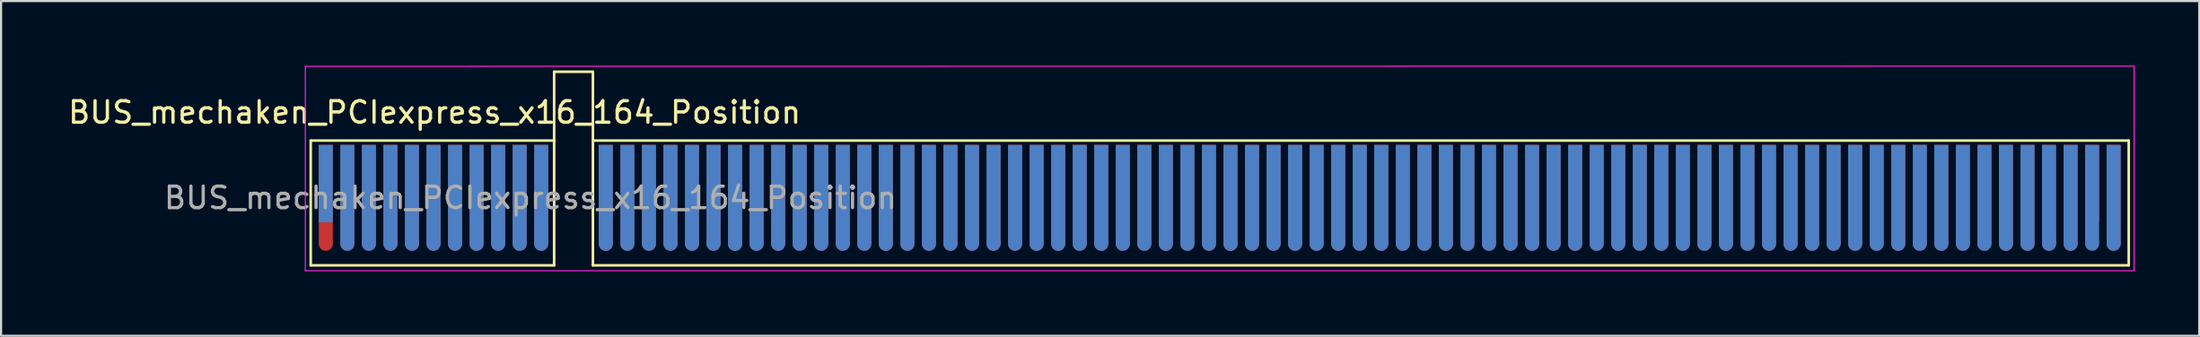
<source format=kicad_pcb>
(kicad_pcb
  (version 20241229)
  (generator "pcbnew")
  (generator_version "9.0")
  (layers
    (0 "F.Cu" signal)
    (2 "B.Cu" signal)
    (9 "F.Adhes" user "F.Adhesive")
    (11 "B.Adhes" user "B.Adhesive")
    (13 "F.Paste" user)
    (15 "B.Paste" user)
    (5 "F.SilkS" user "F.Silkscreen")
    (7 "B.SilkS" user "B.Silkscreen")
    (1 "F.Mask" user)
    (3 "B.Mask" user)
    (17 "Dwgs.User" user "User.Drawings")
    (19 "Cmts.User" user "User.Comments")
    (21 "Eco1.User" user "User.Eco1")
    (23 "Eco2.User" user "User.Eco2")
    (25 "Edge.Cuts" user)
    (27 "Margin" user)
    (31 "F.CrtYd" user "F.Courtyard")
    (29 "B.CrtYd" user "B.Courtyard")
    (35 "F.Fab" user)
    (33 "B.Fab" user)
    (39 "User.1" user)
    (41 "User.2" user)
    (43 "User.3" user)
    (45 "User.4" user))
  (footprint "BUS_mechaken_PCIexpress_x16_164_Position"
    (layer "F.Cu")
    (at 12.075 5.486)
    (property "Reference" "BUS_mechaken_PCIexpress_x16_164_Position" (at 5.05 -3.31 0) (layer "F.SilkS") (effects (font (size 1 1) (thickness 0.15))))
    (attr exclude_from_pos_files exclude_from_bom)
    (fp_line (start -0.7 -2) (end 10.6 -2) (stroke (width 0.12) (type solid)) (layer "F.SilkS"))
    (fp_line (start -0.7 3.8) (end -0.7 -2) (stroke (width 0.12) (type solid)) (layer "F.SilkS"))
    (fp_line (start 10.6 -5.2) (end 12.4 -5.2) (stroke (width 0.12) (type solid)) (layer "F.SilkS"))
    (fp_line (start 10.6 -2) (end 10.6 -5.2) (stroke (width 0.12) (type solid)) (layer "F.SilkS"))
    (fp_line (start 10.6 -2) (end 10.6 3.8) (stroke (width 0.12) (type solid)) (layer "F.SilkS"))
    (fp_line (start 10.6 3.8) (end -0.7 3.8) (stroke (width 0.12) (type solid)) (layer "F.SilkS"))
    (fp_line (start 12.4 -5.2) (end 12.4 -2) (stroke (width 0.12) (type solid)) (layer "F.SilkS"))
    (fp_line (start 12.4 -2) (end 12.4 3.8) (stroke (width 0.12) (type solid)) (layer "F.SilkS"))
    (fp_line (start 12.4 3.8) (end 83.7 3.8) (stroke (width 0.12) (type solid)) (layer "F.SilkS"))
    (fp_line (start 83.7 -2) (end 12.4 -2) (stroke (width 0.12) (type solid)) (layer "F.SilkS"))
    (fp_line (start 83.7 -2) (end 83.7 3.8) (stroke (width 0.12) (type solid)) (layer "F.SilkS"))
    (fp_line (start -0.95 -5.45) (end -0.95 4.05) (stroke (width 0.05) (type solid)) (layer "F.CrtYd"))
    (fp_line (start -0.95 -5.45) (end 83.947 -5.461) (stroke (width 0.05) (type solid)) (layer "F.CrtYd"))
    (fp_line (start 83.95 -5.461) (end 83.95 4.05) (stroke (width 0.05) (type solid)) (layer "F.CrtYd"))
    (fp_line (start 83.95 4.05) (end -0.95 4.05) (stroke (width 0.05) (type solid)) (layer "F.CrtYd"))
    (fp_text user "${REFERENCE}" (at 9.5 0.662 0) (layer "F.Fab") (effects (font (size 1 1) (thickness 0.15))))
    (pad "A1" connect rect (at 0 0) (size 0.65 3.6) (layers "B.Cu" "B.Mask"))
    (pad "A1" connect rect (at 1 0.5) (size 0.65 4.6) (layers "B.Cu" "B.Mask"))
    (pad "A1" connect oval (at 1 2.8 90) (size 0.65 0.65) (layers "B.Cu" "B.Mask"))
    (pad "A2" connect rect (at 2 0.5) (size 0.65 4.6) (layers "B.Cu" "B.Mask"))
    (pad "A2" connect oval (at 2 2.8 90) (size 0.65 0.65) (layers "B.Cu" "B.Mask"))
    (pad "A2" connect rect (at 3 0.5) (size 0.65 4.6) (layers "B.Cu" "B.Mask"))
    (pad "A2" connect oval (at 3 2.8 90) (size 0.65 0.65) (layers "B.Cu" "B.Mask"))
    (pad "A3" connect rect (at 4 0.5) (size 0.65 4.6) (layers "B.Cu" "B.Mask"))
    (pad "A3" connect oval (at 4 2.8 90) (size 0.65 0.65) (layers "B.Cu" "B.Mask"))
    (pad "A4" connect rect (at 5 0.5) (size 0.65 4.6) (layers "B.Cu" "B.Mask"))
    (pad "A4" connect oval (at 5 2.8 90) (size 0.65 0.65) (layers "B.Cu" "B.Mask"))
    (pad "A5" connect rect (at 6 0.5) (size 0.65 4.6) (layers "B.Cu" "B.Mask"))
    (pad "A5" connect oval (at 6 2.8 90) (size 0.65 0.65) (layers "B.Cu" "B.Mask"))
    (pad "A5" connect rect (at 7 0.5) (size 0.65 4.6) (layers "B.Cu" "B.Mask"))
    (pad "A5" connect oval (at 7 2.8 90) (size 0.65 0.65) (layers "B.Cu" "B.Mask"))
    (pad "A6" connect rect (at 8 0.5) (size 0.65 4.6) (layers "B.Cu" "B.Mask"))
    (pad "A6" connect oval (at 8 2.8 90) (size 0.65 0.65) (layers "B.Cu" "B.Mask"))
    (pad "A6" connect rect (at 9 0.5) (size 0.65 4.6) (layers "B.Cu" "B.Mask"))
    (pad "A6" connect oval (at 9 2.8 90) (size 0.65 0.65) (layers "B.Cu" "B.Mask"))
    (pad "A6" connect rect (at 10 0.5) (size 0.65 4.6) (layers "B.Cu" "B.Mask"))
    (pad "A6" connect oval (at 10 2.8 90) (size 0.65 0.65) (layers "B.Cu" "B.Mask"))
    (pad "A7" connect rect (at 13 0.5) (size 0.65 4.6) (layers "B.Cu" "B.Mask"))
    (pad "A7" connect oval (at 13 2.8 90) (size 0.65 0.65) (layers "B.Cu" "B.Mask"))
    (pad "A7" connect rect (at 14 0.5) (size 0.65 4.6) (layers "B.Cu" "B.Mask"))
    (pad "A7" connect oval (at 14 2.8 90) (size 0.65 0.65) (layers "B.Cu" "B.Mask"))
    (pad "A8" connect rect (at 15 0.5) (size 0.65 4.6) (layers "B.Cu" "B.Mask"))
    (pad "A8" connect oval (at 15 2.8 90) (size 0.65 0.65) (layers "B.Cu" "B.Mask"))
    (pad "A8" connect rect (at 16 0.5) (size 0.65 4.6) (layers "B.Cu" "B.Mask"))
    (pad "A8" connect oval (at 16 2.8 90) (size 0.65 0.65) (layers "B.Cu" "B.Mask"))
    (pad "A8" connect rect (at 17 0.5) (size 0.65 4.6) (layers "B.Cu" "B.Mask"))
    (pad "A8" connect oval (at 17 2.8 90) (size 0.65 0.65) (layers "B.Cu" "B.Mask"))
    (pad "A8" connect rect (at 18 0.5) (size 0.65 4.6) (layers "B.Cu" "B.Mask"))
    (pad "A8" connect oval (at 18 2.8 90) (size 0.65 0.65) (layers "B.Cu" "B.Mask"))
    (pad "A8" connect rect (at 19 0.5) (size 0.65 4.6) (layers "B.Cu" "B.Mask"))
    (pad "A8" connect oval (at 19 2.8 90) (size 0.65 0.65) (layers "B.Cu" "B.Mask"))
    (pad "A8" connect oval (at 19 2.8 90) (size 0.65 0.65) (layers "B.Cu" "B.Mask"))
    (pad "A8" connect rect (at 20 0.5) (size 0.65 4.6) (layers "B.Cu" "B.Mask"))
    (pad "A8" connect oval (at 20 2.8 90) (size 0.65 0.65) (layers "B.Cu" "B.Mask"))
    (pad "A8" connect rect (at 21 0.5) (size 0.65 4.6) (layers "B.Cu" "B.Mask"))
    (pad "A8" connect oval (at 21 2.8 90) (size 0.65 0.65) (layers "B.Cu" "B.Mask"))
    (pad "A8" connect rect (at 22 0.5) (size 0.65 4.6) (layers "B.Cu" "B.Mask"))
    (pad "A8" connect oval (at 22 2.8 90) (size 0.65 0.65) (layers "B.Cu" "B.Mask"))
    (pad "A8" connect rect (at 23 0.5) (size 0.65 4.6) (layers "B.Cu" "B.Mask"))
    (pad "A8" connect oval (at 23 2.8 90) (size 0.65 0.65) (layers "B.Cu" "B.Mask"))
    (pad "A9" connect rect (at 24 0.5) (size 0.65 4.6) (layers "B.Cu" "B.Mask"))
    (pad "A9" connect oval (at 24 2.8 90) (size 0.65 0.65) (layers "B.Cu" "B.Mask"))
    (pad "A9" connect rect (at 25 0.5) (size 0.65 4.6) (layers "B.Cu" "B.Mask"))
    (pad "A9" connect oval (at 25 2.8 90) (size 0.65 0.65) (layers "B.Cu" "B.Mask"))
    (pad "A9" connect rect (at 26 0.5) (size 0.65 4.6) (layers "B.Cu" "B.Mask"))
    (pad "A9" connect oval (at 26 2.8 90) (size 0.65 0.65) (layers "B.Cu" "B.Mask"))
    (pad "A9" connect rect (at 27 0.5) (size 0.65 4.6) (layers "B.Cu" "B.Mask"))
    (pad "A9" connect oval (at 27 2.8 90) (size 0.65 0.65) (layers "B.Cu" "B.Mask"))
    (pad "A9" connect rect (at 28 0.5) (size 0.65 4.6) (layers "B.Cu" "B.Mask"))
    (pad "A9" connect oval (at 28 2.8 90) (size 0.65 0.65) (layers "B.Cu" "B.Mask"))
    (pad "A9" connect rect (at 29 0.5) (size 0.65 4.6) (layers "B.Cu" "B.Mask"))
    (pad "A9" connect oval (at 29 2.8 90) (size 0.65 0.65) (layers "B.Cu" "B.Mask"))
    (pad "A9" connect rect (at 30 0.5) (size 0.65 4.6) (layers "B.Cu" "B.Mask"))
    (pad "A9" connect oval (at 30 2.8 90) (size 0.65 0.65) (layers "B.Cu" "B.Mask"))
    (pad "A9" connect rect (at 31 0.5) (size 0.65 4.6) (layers "B.Cu" "B.Mask"))
    (pad "A9" connect oval (at 31 2.8 90) (size 0.65 0.65) (layers "B.Cu" "B.Mask"))
    (pad "A9" connect rect (at 32 0.5) (size 0.65 4.6) (layers "B.Cu" "B.Mask"))
    (pad "A9" connect oval (at 32 2.8 90) (size 0.65 0.65) (layers "B.Cu" "B.Mask"))
    (pad "A9" connect rect (at 33 0.5) (size 0.65 4.6) (layers "B.Cu" "B.Mask"))
    (pad "A9" connect oval (at 33 2.8 90) (size 0.65 0.65) (layers "B.Cu" "B.Mask"))
    (pad "A9" connect rect (at 34 0.5) (size 0.65 4.6) (layers "B.Cu" "B.Mask"))
    (pad "A9" connect oval (at 34 2.8 90) (size 0.65 0.65) (layers "B.Cu" "B.Mask"))
    (pad "A9" connect rect (at 35 0.5) (size 0.65 4.6) (layers "B.Cu" "B.Mask"))
    (pad "A9" connect oval (at 35 2.8 90) (size 0.65 0.65) (layers "B.Cu" "B.Mask"))
    (pad "A9" connect rect (at 36 0.5) (size 0.65 4.6) (layers "B.Cu" "B.Mask"))
    (pad "A9" connect oval (at 36 2.8 90) (size 0.65 0.65) (layers "B.Cu" "B.Mask"))
    (pad "A9" connect rect (at 37 0.5) (size 0.65 4.6) (layers "B.Cu" "B.Mask"))
    (pad "A9" connect oval (at 37 2.8 90) (size 0.65 0.65) (layers "B.Cu" "B.Mask"))
    (pad "A9" connect rect (at 38 0.5) (size 0.65 4.6) (layers "B.Cu" "B.Mask"))
    (pad "A9" connect oval (at 38 2.8 90) (size 0.65 0.65) (layers "B.Cu" "B.Mask"))
    (pad "A9" connect rect (at 39 0.5) (size 0.65 4.6) (layers "B.Cu" "B.Mask"))
    (pad "A9" connect oval (at 39 2.8 90) (size 0.65 0.65) (layers "B.Cu" "B.Mask"))
    (pad "A9" connect rect (at 40 0.5) (size 0.65 4.6) (layers "B.Cu" "B.Mask"))
    (pad "A9" connect oval (at 40 2.8 90) (size 0.65 0.65) (layers "B.Cu" "B.Mask"))
    (pad "A9" connect rect (at 41 0.5) (size 0.65 4.6) (layers "B.Cu" "B.Mask"))
    (pad "A9" connect oval (at 41 2.8 90) (size 0.65 0.65) (layers "B.Cu" "B.Mask"))
    (pad "A9" connect rect (at 42 0.5) (size 0.65 4.6) (layers "B.Cu" "B.Mask"))
    (pad "A9" connect oval (at 42 2.8 90) (size 0.65 0.65) (layers "B.Cu" "B.Mask"))
    (pad "A9" connect rect (at 43 0.5) (size 0.65 4.6) (layers "B.Cu" "B.Mask"))
    (pad "A9" connect oval (at 43 2.8 90) (size 0.65 0.65) (layers "B.Cu" "B.Mask"))
    (pad "A9" connect rect (at 44 0.5) (size 0.65 4.6) (layers "B.Cu" "B.Mask"))
    (pad "A9" connect oval (at 44 2.8 90) (size 0.65 0.65) (layers "B.Cu" "B.Mask"))
    (pad "A9" connect rect (at 45 0.5) (size 0.65 4.6) (layers "B.Cu" "B.Mask"))
    (pad "A9" connect oval (at 45 2.8 90) (size 0.65 0.65) (layers "B.Cu" "B.Mask"))
    (pad "A9" connect rect (at 46 0.5) (size 0.65 4.6) (layers "B.Cu" "B.Mask"))
    (pad "A9" connect oval (at 46 2.8 90) (size 0.65 0.65) (layers "B.Cu" "B.Mask"))
    (pad "A9" connect rect (at 47 0.5) (size 0.65 4.6) (layers "B.Cu" "B.Mask"))
    (pad "A9" connect oval (at 47 2.8 90) (size 0.65 0.65) (layers "B.Cu" "B.Mask"))
    (pad "A9" connect rect (at 48 0.5) (size 0.65 4.6) (layers "B.Cu" "B.Mask"))
    (pad "A9" connect oval (at 48 2.8 90) (size 0.65 0.65) (layers "B.Cu" "B.Mask"))
    (pad "A9" connect rect (at 49 0.5) (size 0.65 4.6) (layers "B.Cu" "B.Mask"))
    (pad "A9" connect oval (at 49 2.8 90) (size 0.65 0.65) (layers "B.Cu" "B.Mask"))
    (pad "A9" connect rect (at 50 0.5) (size 0.65 4.6) (layers "B.Cu" "B.Mask"))
    (pad "A9" connect oval (at 50 2.8 90) (size 0.65 0.65) (layers "B.Cu" "B.Mask"))
    (pad "A9" connect rect (at 51 0.5) (size 0.65 4.6) (layers "B.Cu" "B.Mask"))
    (pad "A9" connect oval (at 51 2.8 90) (size 0.65 0.65) (layers "B.Cu" "B.Mask"))
    (pad "A9" connect rect (at 52 0.5) (size 0.65 4.6) (layers "B.Cu" "B.Mask"))
    (pad "A9" connect oval (at 52 2.8 90) (size 0.65 0.65) (layers "B.Cu" "B.Mask"))
    (pad "A9" connect rect (at 53 0.5) (size 0.65 4.6) (layers "B.Cu" "B.Mask"))
    (pad "A9" connect oval (at 53 2.8 90) (size 0.65 0.65) (layers "B.Cu" "B.Mask"))
    (pad "A10" connect rect (at 54 0.5) (size 0.65 4.6) (layers "B.Cu" "B.Mask"))
    (pad "A10" connect oval (at 54 2.8 90) (size 0.65 0.65) (layers "B.Cu" "B.Mask"))
    (pad "A10" connect rect (at 55 0.5) (size 0.65 4.6) (layers "B.Cu" "B.Mask"))
    (pad "A10" connect oval (at 55 2.8 90) (size 0.65 0.65) (layers "B.Cu" "B.Mask"))
    (pad "A10" connect rect (at 56 0.5) (size 0.65 4.6) (layers "B.Cu" "B.Mask"))
    (pad "A10" connect oval (at 56 2.8 90) (size 0.65 0.65) (layers "B.Cu" "B.Mask"))
    (pad "A10" connect rect (at 57 0.5) (size 0.65 4.6) (layers "B.Cu" "B.Mask"))
    (pad "A10" connect oval (at 57 2.8 90) (size 0.65 0.65) (layers "B.Cu" "B.Mask"))
    (pad "A10" connect rect (at 58 0.5) (size 0.65 4.6) (layers "B.Cu" "B.Mask"))
    (pad "A10" connect oval (at 58 2.8 90) (size 0.65 0.65) (layers "B.Cu" "B.Mask"))
    (pad "A10" connect rect (at 59 0.5) (size 0.65 4.6) (layers "B.Cu" "B.Mask"))
    (pad "A10" connect oval (at 59 2.8 90) (size 0.65 0.65) (layers "B.Cu" "B.Mask"))
    (pad "A10" connect rect (at 60 0.5) (size 0.65 4.6) (layers "B.Cu" "B.Mask"))
    (pad "A10" connect oval (at 60 2.8 90) (size 0.65 0.65) (layers "B.Cu" "B.Mask"))
    (pad "A10" connect rect (at 61 0.5) (size 0.65 4.6) (layers "B.Cu" "B.Mask"))
    (pad "A10" connect oval (at 61 2.8 90) (size 0.65 0.65) (layers "B.Cu" "B.Mask"))
    (pad "A10" connect rect (at 62 0.5) (size 0.65 4.6) (layers "B.Cu" "B.Mask"))
    (pad "A10" connect oval (at 62 2.8 90) (size 0.65 0.65) (layers "B.Cu" "B.Mask"))
    (pad "A10" connect rect (at 63 0.5) (size 0.65 4.6) (layers "B.Cu" "B.Mask"))
    (pad "A10" connect oval (at 63 2.8 90) (size 0.65 0.65) (layers "B.Cu" "B.Mask"))
    (pad "A10" connect rect (at 64 0.5) (size 0.65 4.6) (layers "B.Cu" "B.Mask"))
    (pad "A10" connect oval (at 64 2.8 90) (size 0.65 0.65) (layers "B.Cu" "B.Mask"))
    (pad "A10" connect rect (at 65 0.5) (size 0.65 4.6) (layers "B.Cu" "B.Mask"))
    (pad "A10" connect oval (at 65 2.8 90) (size 0.65 0.65) (layers "B.Cu" "B.Mask"))
    (pad "A10" connect rect (at 66 0.5) (size 0.65 4.6) (layers "B.Cu" "B.Mask"))
    (pad "A10" connect oval (at 66 2.8 90) (size 0.65 0.65) (layers "B.Cu" "B.Mask"))
    (pad "A10" connect rect (at 67 0.5) (size 0.65 4.6) (layers "B.Cu" "B.Mask"))
    (pad "A10" connect oval (at 67 2.8 90) (size 0.65 0.65) (layers "B.Cu" "B.Mask"))
    (pad "A10" connect rect (at 68 0.5) (size 0.65 4.6) (layers "B.Cu" "B.Mask"))
    (pad "A10" connect oval (at 68 2.8 90) (size 0.65 0.65) (layers "B.Cu" "B.Mask"))
    (pad "A10" connect rect (at 69 0.5) (size 0.65 4.6) (layers "B.Cu" "B.Mask"))
    (pad "A10" connect oval (at 69 2.8 90) (size 0.65 0.65) (layers "B.Cu" "B.Mask"))
    (pad "A10" connect rect (at 70 0.5) (size 0.65 4.6) (layers "B.Cu" "B.Mask"))
    (pad "A10" connect oval (at 70 2.8 90) (size 0.65 0.65) (layers "B.Cu" "B.Mask"))
    (pad "A10" connect rect (at 71 0.5) (size 0.65 4.6) (layers "B.Cu" "B.Mask"))
    (pad "A10" connect oval (at 71 2.8 90) (size 0.65 0.65) (layers "B.Cu" "B.Mask"))
    (pad "A10" connect rect (at 72 0.5) (size 0.65 4.6) (layers "B.Cu" "B.Mask"))
    (pad "A10" connect oval (at 72 2.8 90) (size 0.65 0.65) (layers "B.Cu" "B.Mask"))
    (pad "A10" connect rect (at 73 0.5) (size 0.65 4.6) (layers "B.Cu" "B.Mask"))
    (pad "A10" connect oval (at 73 2.8 90) (size 0.65 0.65) (layers "B.Cu" "B.Mask"))
    (pad "A10" connect rect (at 74 0.5) (size 0.65 4.6) (layers "B.Cu" "B.Mask"))
    (pad "A10" connect oval (at 74 2.8 90) (size 0.65 0.65) (layers "B.Cu" "B.Mask"))
    (pad "A10" connect rect (at 75 0.5) (size 0.65 4.6) (layers "B.Cu" "B.Mask"))
    (pad "A10" connect oval (at 75 2.8 90) (size 0.65 0.65) (layers "B.Cu" "B.Mask"))
    (pad "A10" connect rect (at 76 0.5) (size 0.65 4.6) (layers "B.Cu" "B.Mask"))
    (pad "A10" connect oval (at 76 2.8 90) (size 0.65 0.65) (layers "B.Cu" "B.Mask"))
    (pad "A10" connect rect (at 77 0.5) (size 0.65 4.6) (layers "B.Cu" "B.Mask"))
    (pad "A10" connect oval (at 77 2.8 90) (size 0.65 0.65) (layers "B.Cu" "B.Mask"))
    (pad "A10" connect rect (at 78 0.5) (size 0.65 4.6) (layers "B.Cu" "B.Mask"))
    (pad "A10" connect oval (at 78 2.8 90) (size 0.65 0.65) (layers "B.Cu" "B.Mask"))
    (pad "A10" connect rect (at 79 0.5) (size 0.65 4.6) (layers "B.Cu" "B.Mask"))
    (pad "A10" connect oval (at 79 2.8 90) (size 0.65 0.65) (layers "B.Cu" "B.Mask"))
    (pad "A10" connect rect (at 80 0.5) (size 0.65 4.6) (layers "B.Cu" "B.Mask"))
    (pad "A10" connect oval (at 80 2.8 90) (size 0.65 0.65) (layers "B.Cu" "B.Mask"))
    (pad "A10" connect rect (at 81 0.5) (size 0.65 4.6) (layers "B.Cu" "B.Mask"))
    (pad "A10" connect oval (at 81 2.8 90) (size 0.65 0.65) (layers "B.Cu" "B.Mask"))
    (pad "A10" connect rect (at 82 0.5) (size 0.65 4.6) (layers "B.Cu" "B.Mask"))
    (pad "A10" connect oval (at 82 2.8 90) (size 0.65 0.65) (layers "B.Cu" "B.Mask"))
    (pad "A10" connect rect (at 83 0.5) (size 0.65 4.6) (layers "B.Cu" "B.Mask"))
    (pad "A10" connect oval (at 83 2.8 90) (size 0.65 0.65) (layers "B.Cu" "B.Mask"))
    (pad "B1" connect rect (at 0 0.5) (size 0.65 4.6) (layers "F.Cu" "F.Mask"))
    (pad "B1" connect circle (at 0 2.8) (size 0.65 0.65) (layers "F.Cu" "F.Mask"))
    (pad "B1" connect rect (at 1 0.5) (size 0.65 4.6) (layers "F.Cu" "F.Mask"))
    (pad "B1" connect circle (at 1 2.8) (size 0.65 0.65) (layers "F.Cu" "F.Mask"))
    (pad "B2" connect rect (at 2 0.5) (size 0.65 4.6) (layers "F.Cu" "F.Mask"))
    (pad "B2" connect circle (at 2 2.8) (size 0.65 0.65) (layers "F.Cu" "F.Mask"))
    (pad "B2" connect rect (at 3 0.5) (size 0.65 4.6) (layers "F.Cu" "F.Mask"))
    (pad "B2" connect circle (at 3 2.8) (size 0.65 0.65) (layers "F.Cu" "F.Mask"))
    (pad "B3" connect rect (at 4 0.5) (size 0.65 4.6) (layers "F.Cu" "F.Mask"))
    (pad "B3" connect circle (at 4 2.8) (size 0.65 0.65) (layers "F.Cu" "F.Mask"))
    (pad "B4" connect rect (at 5 0.5) (size 0.65 4.6) (layers "F.Cu" "F.Mask"))
    (pad "B4" connect circle (at 5 2.8) (size 0.65 0.65) (layers "F.Cu" "F.Mask"))
    (pad "B5" connect rect (at 6 0.5) (size 0.65 4.6) (layers "F.Cu" "F.Mask"))
    (pad "B5" connect circle (at 6 2.8) (size 0.65 0.65) (layers "F.Cu" "F.Mask"))
    (pad "B5" connect rect (at 7 0.5) (size 0.65 4.6) (layers "F.Cu" "F.Mask"))
    (pad "B5" connect circle (at 7 2.8) (size 0.65 0.65) (layers "F.Cu" "F.Mask"))
    (pad "B6" connect rect (at 8 0.5) (size 0.65 4.6) (layers "F.Cu" "F.Mask"))
    (pad "B6" connect circle (at 8 2.8) (size 0.65 0.65) (layers "F.Cu" "F.Mask"))
    (pad "B6" connect rect (at 9 0.5) (size 0.65 4.6) (layers "F.Cu" "F.Mask"))
    (pad "B6" connect circle (at 9 2.8) (size 0.65 0.65) (layers "F.Cu" "F.Mask"))
    (pad "B6" connect rect (at 10 0.5) (size 0.65 4.6) (layers "F.Cu" "F.Mask"))
    (pad "B6" connect circle (at 10 2.8) (size 0.65 0.65) (layers "F.Cu" "F.Mask"))
    (pad "B7" connect rect (at 13 0.5) (size 0.65 4.6) (layers "F.Cu" "F.Mask"))
    (pad "B7" connect circle (at 13 2.8) (size 0.65 0.65) (layers "F.Cu" "F.Mask"))
    (pad "B7" connect rect (at 14 0.5) (size 0.65 4.6) (layers "F.Cu" "F.Mask"))
    (pad "B7" connect circle (at 14 2.8) (size 0.65 0.65) (layers "F.Cu" "F.Mask"))
    (pad "B8" connect rect (at 15 0.5) (size 0.65 4.6) (layers "F.Cu" "F.Mask"))
    (pad "B8" connect circle (at 15 2.8) (size 0.65 0.65) (layers "F.Cu" "F.Mask"))
    (pad "B8" connect rect (at 16 0.5) (size 0.65 4.6) (layers "F.Cu" "F.Mask"))
    (pad "B8" connect circle (at 16 2.8) (size 0.65 0.65) (layers "F.Cu" "F.Mask"))
    (pad "B8" connect rect (at 17 0.5) (size 0.65 4.6) (layers "F.Cu" "F.Mask"))
    (pad "B8" connect circle (at 17 2.8) (size 0.65 0.65) (layers "F.Cu" "F.Mask"))
    (pad "B8" connect rect (at 18 0.5) (size 0.65 4.6) (layers "F.Cu" "F.Mask"))
    (pad "B8" connect circle (at 18 2.8) (size 0.65 0.65) (layers "F.Cu" "F.Mask"))
    (pad "B8" connect rect (at 19 0.5) (size 0.65 4.6) (layers "F.Cu" "F.Mask"))
    (pad "B8" connect circle (at 19 2.8) (size 0.65 0.65) (layers "F.Cu" "F.Mask"))
    (pad "B8" connect rect (at 20 0.5) (size 0.65 4.6) (layers "F.Cu" "F.Mask"))
    (pad "B8" connect circle (at 20 2.8) (size 0.65 0.65) (layers "F.Cu" "F.Mask"))
    (pad "B8" connect rect (at 21 0.5) (size 0.65 4.6) (layers "F.Cu" "F.Mask"))
    (pad "B8" connect circle (at 21 2.8) (size 0.65 0.65) (layers "F.Cu" "F.Mask"))
    (pad "B8" connect rect (at 22 0.5) (size 0.65 4.6) (layers "F.Cu" "F.Mask"))
    (pad "B8" connect circle (at 22 2.8) (size 0.65 0.65) (layers "F.Cu" "F.Mask"))
    (pad "B8" connect rect (at 23 0.5) (size 0.65 4.6) (layers "F.Cu" "F.Mask"))
    (pad "B8" connect circle (at 23 2.8) (size 0.65 0.65) (layers "F.Cu" "F.Mask"))
    (pad "B9" connect rect (at 24 0.5) (size 0.65 4.6) (layers "F.Cu" "F.Mask"))
    (pad "B9" connect circle (at 24 2.8) (size 0.65 0.65) (layers "F.Cu" "F.Mask"))
    (pad "B9" connect rect (at 25 0.5) (size 0.65 4.6) (layers "F.Cu" "F.Mask"))
    (pad "B9" connect circle (at 25 2.8) (size 0.65 0.65) (layers "F.Cu" "F.Mask"))
    (pad "B9" connect rect (at 26 0.5) (size 0.65 4.6) (layers "F.Cu" "F.Mask"))
    (pad "B9" connect circle (at 26 2.8) (size 0.65 0.65) (layers "F.Cu" "F.Mask"))
    (pad "B9" connect rect (at 27 0.5) (size 0.65 4.6) (layers "F.Cu" "F.Mask"))
    (pad "B9" connect circle (at 27 2.8) (size 0.65 0.65) (layers "F.Cu" "F.Mask"))
    (pad "B9" connect rect (at 28 0.5) (size 0.65 4.6) (layers "F.Cu" "F.Mask"))
    (pad "B9" connect circle (at 28 2.8) (size 0.65 0.65) (layers "F.Cu" "F.Mask"))
    (pad "B9" connect rect (at 29 0.5) (size 0.65 4.6) (layers "F.Cu" "F.Mask"))
    (pad "B9" connect circle (at 29 2.8) (size 0.65 0.65) (layers "F.Cu" "F.Mask"))
    (pad "B9" connect rect (at 30 0.5) (size 0.65 4.6) (layers "F.Cu" "F.Mask"))
    (pad "B9" connect circle (at 30 2.8) (size 0.65 0.65) (layers "F.Cu" "F.Mask"))
    (pad "B9" connect rect (at 31 0.5) (size 0.65 4.6) (layers "F.Cu" "F.Mask"))
    (pad "B9" connect circle (at 31 2.8) (size 0.65 0.65) (layers "F.Cu" "F.Mask"))
    (pad "B9" connect rect (at 32 0.5) (size 0.65 4.6) (layers "F.Cu" "F.Mask"))
    (pad "B9" connect circle (at 32 2.8) (size 0.65 0.65) (layers "F.Cu" "F.Mask"))
    (pad "B9" connect rect (at 33 0.5) (size 0.65 4.6) (layers "F.Cu" "F.Mask"))
    (pad "B9" connect circle (at 33 2.8) (size 0.65 0.65) (layers "F.Cu" "F.Mask"))
    (pad "B9" connect rect (at 34 0.5) (size 0.65 4.6) (layers "F.Cu" "F.Mask"))
    (pad "B9" connect circle (at 34 2.8) (size 0.65 0.65) (layers "F.Cu" "F.Mask"))
    (pad "B9" connect rect (at 35 0.5) (size 0.65 4.6) (layers "F.Cu" "F.Mask"))
    (pad "B9" connect circle (at 35 2.8) (size 0.65 0.65) (layers "F.Cu" "F.Mask"))
    (pad "B9" connect rect (at 36 0.5) (size 0.65 4.6) (layers "F.Cu" "F.Mask"))
    (pad "B9" connect circle (at 36 2.8) (size 0.65 0.65) (layers "F.Cu" "F.Mask"))
    (pad "B9" connect rect (at 37 0.5) (size 0.65 4.6) (layers "F.Cu" "F.Mask"))
    (pad "B9" connect circle (at 37 2.8) (size 0.65 0.65) (layers "F.Cu" "F.Mask"))
    (pad "B9" connect rect (at 38 0.5) (size 0.65 4.6) (layers "F.Cu" "F.Mask"))
    (pad "B9" connect circle (at 38 2.8) (size 0.65 0.65) (layers "F.Cu" "F.Mask"))
    (pad "B9" connect rect (at 39 0.5) (size 0.65 4.6) (layers "F.Cu" "F.Mask"))
    (pad "B9" connect circle (at 39 2.8 90) (size 0.65 0.65) (layers "F.Cu" "F.Mask"))
    (pad "B9" connect rect (at 40 0.5) (size 0.65 4.6) (layers "F.Cu" "F.Mask"))
    (pad "B9" connect circle (at 40 2.8) (size 0.65 0.65) (layers "F.Cu" "F.Mask"))
    (pad "B9" connect rect (at 41 0.5) (size 0.65 4.6) (layers "F.Cu" "F.Mask"))
    (pad "B9" connect circle (at 41 2.8) (size 0.65 0.65) (layers "F.Cu" "F.Mask"))
    (pad "B9" connect rect (at 42 0.5) (size 0.65 4.6) (layers "F.Cu" "F.Mask"))
    (pad "B9" connect circle (at 42 2.8) (size 0.65 0.65) (layers "F.Cu" "F.Mask"))
    (pad "B9" connect circle (at 42 2.8) (size 0.65 0.65) (layers "F.Cu" "F.Mask"))
    (pad "B9" connect rect (at 43 0.5) (size 0.65 4.6) (layers "F.Cu" "F.Mask"))
    (pad "B9" connect circle (at 43 2.8) (size 0.65 0.65) (layers "F.Cu" "F.Mask"))
    (pad "B9" connect rect (at 44 0.5) (size 0.65 4.6) (layers "F.Cu" "F.Mask"))
    (pad "B9" connect circle (at 44 2.8) (size 0.65 0.65) (layers "F.Cu" "F.Mask"))
    (pad "B9" connect rect (at 45 0.5) (size 0.65 4.6) (layers "F.Cu" "F.Mask"))
    (pad "B9" connect circle (at 45 2.8) (size 0.65 0.65) (layers "F.Cu" "F.Mask"))
    (pad "B9" connect rect (at 46 0.5) (size 0.65 4.6) (layers "F.Cu" "F.Mask"))
    (pad "B9" connect circle (at 46 2.8) (size 0.65 0.65) (layers "F.Cu" "F.Mask"))
    (pad "B9" connect rect (at 47 0.5) (size 0.65 4.6) (layers "F.Cu" "F.Mask"))
    (pad "B9" connect circle (at 47 2.8) (size 0.65 0.65) (layers "F.Cu" "F.Mask"))
    (pad "B9" connect rect (at 48 0.5) (size 0.65 4.6) (layers "F.Cu" "F.Mask"))
    (pad "B9" connect circle (at 48 2.8) (size 0.65 0.65) (layers "F.Cu" "F.Mask"))
    (pad "B9" connect rect (at 49 0.5) (size 0.65 4.6) (layers "F.Cu" "F.Mask"))
    (pad "B9" connect circle (at 49 2.8) (size 0.65 0.65) (layers "F.Cu" "F.Mask"))
    (pad "B9" connect rect (at 50 0.5) (size 0.65 4.6) (layers "F.Cu" "F.Mask"))
    (pad "B9" connect circle (at 50 2.8) (size 0.65 0.65) (layers "F.Cu" "F.Mask"))
    (pad "B9" connect rect (at 51 0.5) (size 0.65 4.6) (layers "F.Cu" "F.Mask"))
    (pad "B9" connect circle (at 51 2.8) (size 0.65 0.65) (layers "F.Cu" "F.Mask"))
    (pad "B9" connect rect (at 52 0.5) (size 0.65 4.6) (layers "F.Cu" "F.Mask"))
    (pad "B9" connect circle (at 52 2.8) (size 0.65 0.65) (layers "F.Cu" "F.Mask"))
    (pad "B9" connect rect (at 53 0.5) (size 0.65 4.6) (layers "F.Cu" "F.Mask"))
    (pad "B9" connect circle (at 53 2.8) (size 0.65 0.65) (layers "F.Cu" "F.Mask"))
    (pad "B10" connect rect (at 54 0.5) (size 0.65 4.6) (layers "F.Cu" "F.Mask"))
    (pad "B10" connect circle (at 54 2.8) (size 0.65 0.65) (layers "F.Cu" "F.Mask"))
    (pad "B10" connect rect (at 55 0.5) (size 0.65 4.6) (layers "F.Cu" "F.Mask"))
    (pad "B10" connect circle (at 55 2.8) (size 0.65 0.65) (layers "F.Cu" "F.Mask"))
    (pad "B10" connect rect (at 56 0.5) (size 0.65 4.6) (layers "F.Cu" "F.Mask"))
    (pad "B10" connect circle (at 56 2.8) (size 0.65 0.65) (layers "F.Cu" "F.Mask"))
    (pad "B10" connect rect (at 57 0.5) (size 0.65 4.6) (layers "F.Cu" "F.Mask"))
    (pad "B10" connect circle (at 57 2.8) (size 0.65 0.65) (layers "F.Cu" "F.Mask"))
    (pad "B10" connect rect (at 58 0.5) (size 0.65 4.6) (layers "F.Cu" "F.Mask"))
    (pad "B10" connect circle (at 58 2.8) (size 0.65 0.65) (layers "F.Cu" "F.Mask"))
    (pad "B10" connect circle (at 58 2.8) (size 0.65 0.65) (layers "F.Cu" "F.Mask"))
    (pad "B10" connect rect (at 59 0.5) (size 0.65 4.6) (layers "F.Cu" "F.Mask"))
    (pad "B10" connect circle (at 59 2.8) (size 0.65 0.65) (layers "F.Cu" "F.Mask"))
    (pad "B10" connect rect (at 60 0.5) (size 0.65 4.6) (layers "F.Cu" "F.Mask"))
    (pad "B10" connect circle (at 60 2.8) (size 0.65 0.65) (layers "F.Cu" "F.Mask"))
    (pad "B10" connect rect (at 61 0.5) (size 0.65 4.6) (layers "F.Cu" "F.Mask"))
    (pad "B10" connect circle (at 61 2.8) (size 0.65 0.65) (layers "F.Cu" "F.Mask"))
    (pad "B10" connect rect (at 62 0.5) (size 0.65 4.6) (layers "F.Cu" "F.Mask"))
    (pad "B10" connect circle (at 62 2.8) (size 0.65 0.65) (layers "F.Cu" "F.Mask"))
    (pad "B10" connect rect (at 63 0.5) (size 0.65 4.6) (layers "F.Cu" "F.Mask"))
    (pad "B10" connect circle (at 63 2.8) (size 0.65 0.65) (layers "F.Cu" "F.Mask"))
    (pad "B10" connect rect (at 64 0.5) (size 0.65 4.6) (layers "F.Cu" "F.Mask"))
    (pad "B10" connect circle (at 64 2.8) (size 0.65 0.65) (layers "F.Cu" "F.Mask"))
    (pad "B10" connect rect (at 65 0.5) (size 0.65 4.6) (layers "F.Cu" "F.Mask"))
    (pad "B10" connect circle (at 65 2.8) (size 0.65 0.65) (layers "F.Cu" "F.Mask"))
    (pad "B10" connect rect (at 66 0.5) (size 0.65 4.6) (layers "F.Cu" "F.Mask"))
    (pad "B10" connect circle (at 66 2.8) (size 0.65 0.65) (layers "F.Cu" "F.Mask"))
    (pad "B10" connect rect (at 67 0.5) (size 0.65 4.6) (layers "F.Cu" "F.Mask"))
    (pad "B10" connect circle (at 67 2.8) (size 0.65 0.65) (layers "F.Cu" "F.Mask"))
    (pad "B10" connect rect (at 68 0.5) (size 0.65 4.6) (layers "F.Cu" "F.Mask"))
    (pad "B10" connect circle (at 68 2.8) (size 0.65 0.65) (layers "F.Cu" "F.Mask"))
    (pad "B10" connect rect (at 69 0.5) (size 0.65 4.6) (layers "F.Cu" "F.Mask"))
    (pad "B10" connect circle (at 69 2.8) (size 0.65 0.65) (layers "F.Cu" "F.Mask"))
    (pad "B10" connect rect (at 70 0.5) (size 0.65 4.6) (layers "F.Cu" "F.Mask"))
    (pad "B10" connect circle (at 70 2.8) (size 0.65 0.65) (layers "F.Cu" "F.Mask"))
    (pad "B10" connect rect (at 71 0.5) (size 0.65 4.6) (layers "F.Cu" "F.Mask"))
    (pad "B10" connect circle (at 71 2.8) (size 0.65 0.65) (layers "F.Cu" "F.Mask"))
    (pad "B10" connect rect (at 72 0.5) (size 0.65 4.6) (layers "F.Cu" "F.Mask"))
    (pad "B10" connect circle (at 72 2.8) (size 0.65 0.65) (layers "F.Cu" "F.Mask"))
    (pad "B10" connect rect (at 73 0.5) (size 0.65 4.6) (layers "F.Cu" "F.Mask"))
    (pad "B10" connect circle (at 73 2.8) (size 0.65 0.65) (layers "F.Cu" "F.Mask"))
    (pad "B10" connect rect (at 74 0.5) (size 0.65 4.6) (layers "F.Cu" "F.Mask"))
    (pad "B10" connect circle (at 74 2.8) (size 0.65 0.65) (layers "F.Cu" "F.Mask"))
    (pad "B10" connect rect (at 75 0.5) (size 0.65 4.6) (layers "F.Cu" "F.Mask"))
    (pad "B10" connect circle (at 75 2.8) (size 0.65 0.65) (layers "F.Cu" "F.Mask"))
    (pad "B10" connect rect (at 76 0.5) (size 0.65 4.6) (layers "F.Cu" "F.Mask"))
    (pad "B10" connect circle (at 76 2.8) (size 0.65 0.65) (layers "F.Cu" "F.Mask"))
    (pad "B10" connect rect (at 77 0.5) (size 0.65 4.6) (layers "F.Cu" "F.Mask"))
    (pad "B10" connect circle (at 77 2.8) (size 0.65 0.65) (layers "F.Cu" "F.Mask"))
    (pad "B10" connect rect (at 78 0.5) (size 0.65 4.6) (layers "F.Cu" "F.Mask"))
    (pad "B10" connect circle (at 78 2.8) (size 0.65 0.65) (layers "F.Cu" "F.Mask"))
    (pad "B10" connect rect (at 79 0.5) (size 0.65 4.6) (layers "F.Cu" "F.Mask"))
    (pad "B10" connect circle (at 79 2.8) (size 0.65 0.65) (layers "F.Cu" "F.Mask"))
    (pad "B10" connect rect (at 80 0.5) (size 0.65 4.6) (layers "F.Cu" "F.Mask"))
    (pad "B10" connect circle (at 80 2.8) (size 0.65 0.65) (layers "F.Cu" "F.Mask"))
    (pad "B10" connect rect (at 81 0.5) (size 0.65 4.6) (layers "F.Cu" "F.Mask"))
    (pad "B10" connect circle (at 81 2.8) (size 0.65 0.65) (layers "F.Cu" "F.Mask"))
    (pad "B10" connect rect (at 82 0) (size 0.65 3.6) (layers "F.Cu" "F.Mask"))
    (pad "B10" connect rect (at 83 0.5) (size 0.65 4.6) (layers "F.Cu" "F.Mask"))
    (pad "B10" connect circle (at 83 2.8) (size 0.65 0.65) (layers "F.Cu" "F.Mask")))
  (gr_rect
    (start -3 -3)
    (end 99.05 12.561)
    (stroke (width 0.1) (type default))
    (fill no)
    (layer "Edge.Cuts")))
</source>
